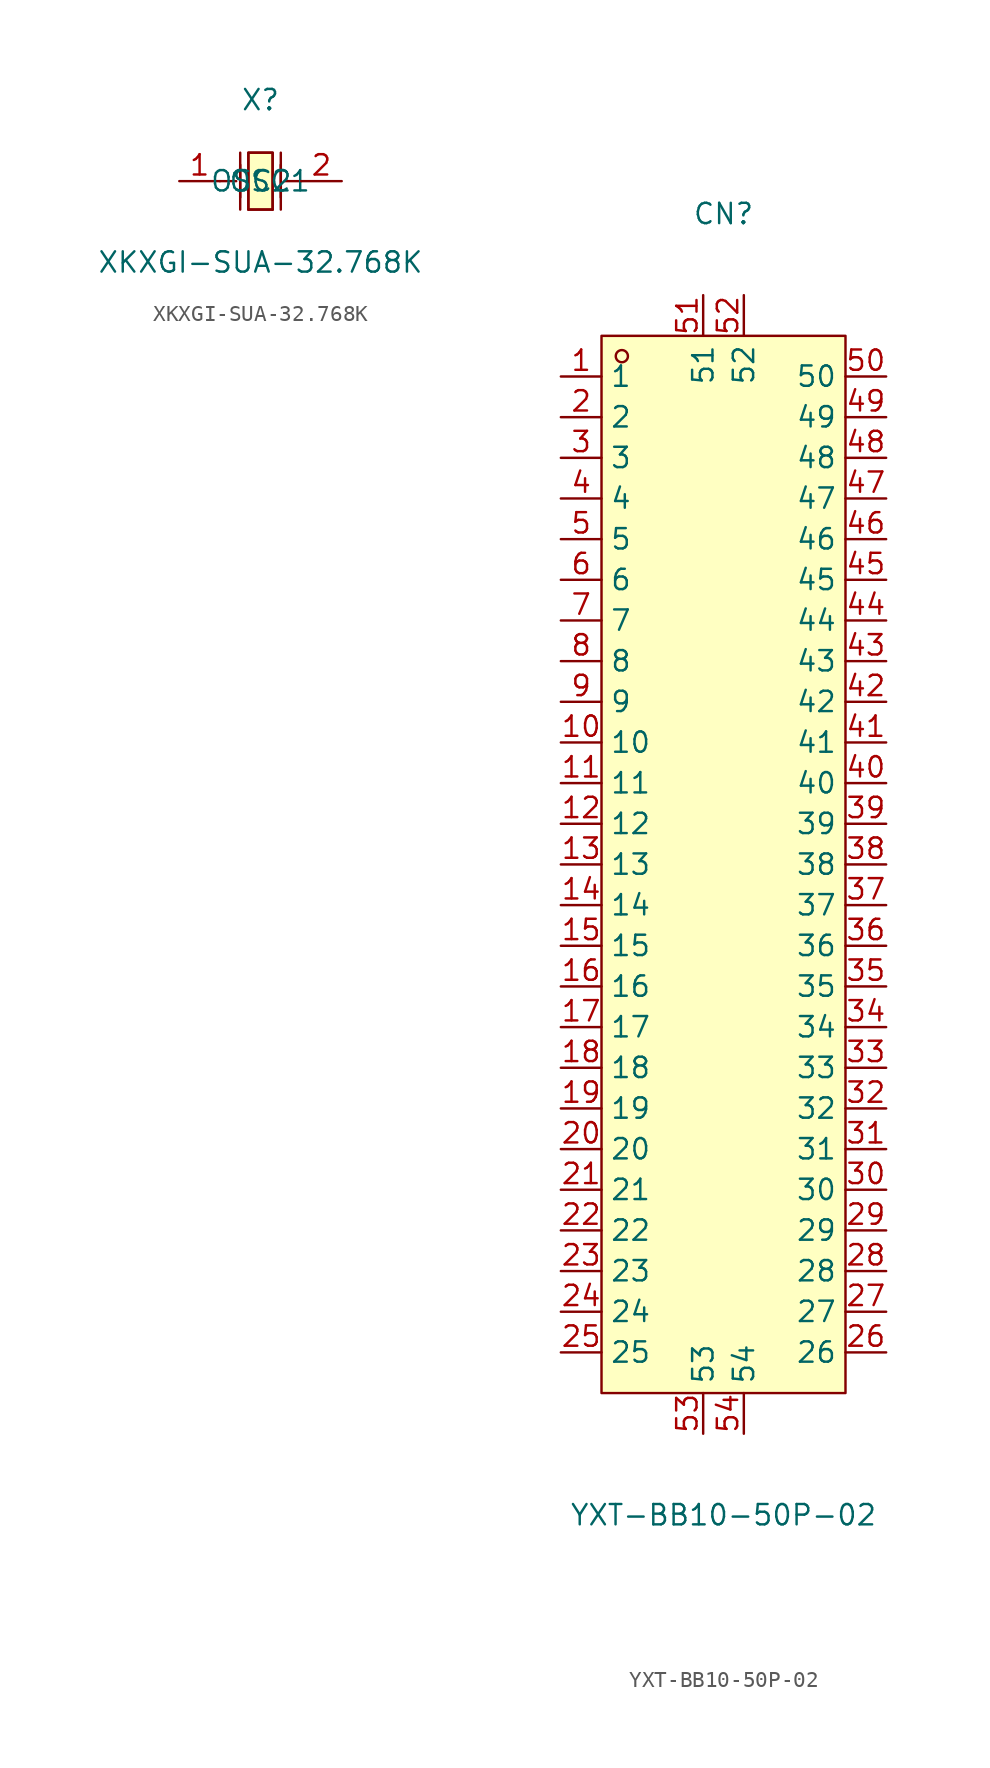
<source format=kicad_sym>
(kicad_symbol_lib
  (version 20220914)
  (generator https://github.com/uPesy/easyeda2kicad.py)
  (symbol "XKXGI-SUA-32.768K"
    (property "Reference" "X"
      (at 0 5.08 0)
      (effects (font (size 1.27 1.27))))
    (property "Value" "XKXGI-SUA-32.768K"
      (at 0 -5.08 0)
      (effects (font (size 1.27 1.27))))
    (symbol "XKXGI-SUA-32.768K_0_1"
      (polyline (pts (xy -2.54 0) (xy -1.52 0)) (stroke (width 0) (type default)) (fill (type none)))
      (polyline (pts (xy -1.27 -1.78) (xy -1.27 1.78)) (stroke (width 0) (type default)) (fill (type none)))
      (polyline (pts (xy -1.27 -1.02) (xy -1.27 1.02)) (stroke (width 0) (type default)) (fill (type none)))
      (polyline (pts (xy 0.76 -1.78) (xy -0.76 -1.78)) (stroke (width 0) (type default)) (fill (type none)))
      (polyline (pts (xy 1.27 -1.78) (xy 1.27 1.78)) (stroke (width 0) (type default)) (fill (type none)))
      (polyline (pts (xy 1.27 -1.02) (xy 1.27 1.02)) (stroke (width 0) (type default)) (fill (type none)))
      (polyline (pts (xy 2.54 0) (xy 1.52 0)) (stroke (width 0) (type default)) (fill (type none)))
      (polyline (pts (xy -0.76 -1.78) (xy -0.76 1.78) (xy 0.76 1.78) (xy 0.76 -1.78)) (stroke (width 0) (type default)) (fill (type none)))
      (polyline (pts (xy 0.76 1.78) (xy 0.76 -1.78) (xy -0.76 -1.78) (xy -0.76 1.78) (xy 0.76 1.78)) (stroke (width 0) (type default)) (fill (type background)))
      (pin input line (at -5.08 0 0) (length 2.54) (name "OSC1" (effects (font (size 1.27 1.27)))) (number "1" (effects (font (size 1.27 1.27)))))
      (pin input line (at 5.08 0 180) (length 2.54) (name "OSC2" (effects (font (size 1.27 1.27)))) (number "2" (effects (font (size 1.27 1.27)))))))
  (symbol "YXT-BB10-50P-02"
    (property "Reference" "CN"
      (at 0 40.64 0)
      (effects (font (size 1.27 1.27))))
    (property "Value" "YXT-BB10-50P-02"
      (at 0 -40.64 0)
      (effects (font (size 1.27 1.27))))
    (symbol "YXT-BB10-50P-02_0_1"
      (rectangle (start -7.62 33.02) (end 7.62 -33.02) (stroke (width 0) (type default)) (fill (type background)))
      (circle (center -6.35 31.75) (radius 0.38) (stroke (width 0) (type default)) (fill (type none)))
      (pin passive line (at -10.16 30.48 0) (length 2.54) (name "1" (effects (font (size 1.27 1.27)))) (number "1" (effects (font (size 1.27 1.27)))))
      (pin passive line (at -10.16 7.62 0) (length 2.54) (name "10" (effects (font (size 1.27 1.27)))) (number "10" (effects (font (size 1.27 1.27)))))
      (pin passive line (at -10.16 5.08 0) (length 2.54) (name "11" (effects (font (size 1.27 1.27)))) (number "11" (effects (font (size 1.27 1.27)))))
      (pin passive line (at -10.16 2.54 0) (length 2.54) (name "12" (effects (font (size 1.27 1.27)))) (number "12" (effects (font (size 1.27 1.27)))))
      (pin passive line (at -10.16 0 0) (length 2.54) (name "13" (effects (font (size 1.27 1.27)))) (number "13" (effects (font (size 1.27 1.27)))))
      (pin passive line (at -10.16 -2.54 0) (length 2.54) (name "14" (effects (font (size 1.27 1.27)))) (number "14" (effects (font (size 1.27 1.27)))))
      (pin passive line (at -10.16 -5.08 0) (length 2.54) (name "15" (effects (font (size 1.27 1.27)))) (number "15" (effects (font (size 1.27 1.27)))))
      (pin passive line (at -10.16 -7.62 0) (length 2.54) (name "16" (effects (font (size 1.27 1.27)))) (number "16" (effects (font (size 1.27 1.27)))))
      (pin passive line (at -10.16 -10.16 0) (length 2.54) (name "17" (effects (font (size 1.27 1.27)))) (number "17" (effects (font (size 1.27 1.27)))))
      (pin passive line (at -10.16 -12.7 0) (length 2.54) (name "18" (effects (font (size 1.27 1.27)))) (number "18" (effects (font (size 1.27 1.27)))))
      (pin passive line (at -10.16 -15.24 0) (length 2.54) (name "19" (effects (font (size 1.27 1.27)))) (number "19" (effects (font (size 1.27 1.27)))))
      (pin passive line (at -10.16 27.94 0) (length 2.54) (name "2" (effects (font (size 1.27 1.27)))) (number "2" (effects (font (size 1.27 1.27)))))
      (pin passive line (at -10.16 -17.78 0) (length 2.54) (name "20" (effects (font (size 1.27 1.27)))) (number "20" (effects (font (size 1.27 1.27)))))
      (pin passive line (at -10.16 -20.32 0) (length 2.54) (name "21" (effects (font (size 1.27 1.27)))) (number "21" (effects (font (size 1.27 1.27)))))
      (pin passive line (at -10.16 -22.86 0) (length 2.54) (name "22" (effects (font (size 1.27 1.27)))) (number "22" (effects (font (size 1.27 1.27)))))
      (pin passive line (at -10.16 -25.4 0) (length 2.54) (name "23" (effects (font (size 1.27 1.27)))) (number "23" (effects (font (size 1.27 1.27)))))
      (pin passive line (at -10.16 -27.94 0) (length 2.54) (name "24" (effects (font (size 1.27 1.27)))) (number "24" (effects (font (size 1.27 1.27)))))
      (pin passive line (at -10.16 -30.48 0) (length 2.54) (name "25" (effects (font (size 1.27 1.27)))) (number "25" (effects (font (size 1.27 1.27)))))
      (pin passive line (at 10.16 -30.48 180) (length 2.54) (name "26" (effects (font (size 1.27 1.27)))) (number "26" (effects (font (size 1.27 1.27)))))
      (pin passive line (at 10.16 -27.94 180) (length 2.54) (name "27" (effects (font (size 1.27 1.27)))) (number "27" (effects (font (size 1.27 1.27)))))
      (pin passive line (at 10.16 -25.4 180) (length 2.54) (name "28" (effects (font (size 1.27 1.27)))) (number "28" (effects (font (size 1.27 1.27)))))
      (pin passive line (at 10.16 -22.86 180) (length 2.54) (name "29" (effects (font (size 1.27 1.27)))) (number "29" (effects (font (size 1.27 1.27)))))
      (pin passive line (at -10.16 25.4 0) (length 2.54) (name "3" (effects (font (size 1.27 1.27)))) (number "3" (effects (font (size 1.27 1.27)))))
      (pin passive line (at 10.16 -20.32 180) (length 2.54) (name "30" (effects (font (size 1.27 1.27)))) (number "30" (effects (font (size 1.27 1.27)))))
      (pin passive line (at 10.16 -17.78 180) (length 2.54) (name "31" (effects (font (size 1.27 1.27)))) (number "31" (effects (font (size 1.27 1.27)))))
      (pin passive line (at 10.16 -15.24 180) (length 2.54) (name "32" (effects (font (size 1.27 1.27)))) (number "32" (effects (font (size 1.27 1.27)))))
      (pin passive line (at 10.16 -12.7 180) (length 2.54) (name "33" (effects (font (size 1.27 1.27)))) (number "33" (effects (font (size 1.27 1.27)))))
      (pin passive line (at 10.16 -10.16 180) (length 2.54) (name "34" (effects (font (size 1.27 1.27)))) (number "34" (effects (font (size 1.27 1.27)))))
      (pin passive line (at 10.16 -7.62 180) (length 2.54) (name "35" (effects (font (size 1.27 1.27)))) (number "35" (effects (font (size 1.27 1.27)))))
      (pin passive line (at 10.16 -5.08 180) (length 2.54) (name "36" (effects (font (size 1.27 1.27)))) (number "36" (effects (font (size 1.27 1.27)))))
      (pin passive line (at 10.16 -2.54 180) (length 2.54) (name "37" (effects (font (size 1.27 1.27)))) (number "37" (effects (font (size 1.27 1.27)))))
      (pin passive line (at 10.16 0 180) (length 2.54) (name "38" (effects (font (size 1.27 1.27)))) (number "38" (effects (font (size 1.27 1.27)))))
      (pin passive line (at 10.16 2.54 180) (length 2.54) (name "39" (effects (font (size 1.27 1.27)))) (number "39" (effects (font (size 1.27 1.27)))))
      (pin passive line (at -10.16 22.86 0) (length 2.54) (name "4" (effects (font (size 1.27 1.27)))) (number "4" (effects (font (size 1.27 1.27)))))
      (pin passive line (at 10.16 5.08 180) (length 2.54) (name "40" (effects (font (size 1.27 1.27)))) (number "40" (effects (font (size 1.27 1.27)))))
      (pin passive line (at 10.16 7.62 180) (length 2.54) (name "41" (effects (font (size 1.27 1.27)))) (number "41" (effects (font (size 1.27 1.27)))))
      (pin passive line (at 10.16 10.16 180) (length 2.54) (name "42" (effects (font (size 1.27 1.27)))) (number "42" (effects (font (size 1.27 1.27)))))
      (pin passive line (at 10.16 12.7 180) (length 2.54) (name "43" (effects (font (size 1.27 1.27)))) (number "43" (effects (font (size 1.27 1.27)))))
      (pin passive line (at 10.16 15.24 180) (length 2.54) (name "44" (effects (font (size 1.27 1.27)))) (number "44" (effects (font (size 1.27 1.27)))))
      (pin passive line (at 10.16 17.78 180) (length 2.54) (name "45" (effects (font (size 1.27 1.27)))) (number "45" (effects (font (size 1.27 1.27)))))
      (pin passive line (at 10.16 20.32 180) (length 2.54) (name "46" (effects (font (size 1.27 1.27)))) (number "46" (effects (font (size 1.27 1.27)))))
      (pin passive line (at 10.16 22.86 180) (length 2.54) (name "47" (effects (font (size 1.27 1.27)))) (number "47" (effects (font (size 1.27 1.27)))))
      (pin passive line (at 10.16 25.4 180) (length 2.54) (name "48" (effects (font (size 1.27 1.27)))) (number "48" (effects (font (size 1.27 1.27)))))
      (pin passive line (at 10.16 27.94 180) (length 2.54) (name "49" (effects (font (size 1.27 1.27)))) (number "49" (effects (font (size 1.27 1.27)))))
      (pin passive line (at -10.16 20.32 0) (length 2.54) (name "5" (effects (font (size 1.27 1.27)))) (number "5" (effects (font (size 1.27 1.27)))))
      (pin passive line (at 10.16 30.48 180) (length 2.54) (name "50" (effects (font (size 1.27 1.27)))) (number "50" (effects (font (size 1.27 1.27)))))
      (pin passive line (at -1.27 35.56 270) (length 2.54) (name "51" (effects (font (size 1.27 1.27)))) (number "51" (effects (font (size 1.27 1.27)))))
      (pin passive line (at 1.27 35.56 270) (length 2.54) (name "52" (effects (font (size 1.27 1.27)))) (number "52" (effects (font (size 1.27 1.27)))))
      (pin passive line (at -1.27 -35.56 90) (length 2.54) (name "53" (effects (font (size 1.27 1.27)))) (number "53" (effects (font (size 1.27 1.27)))))
      (pin passive line (at 1.27 -35.56 90) (length 2.54) (name "54" (effects (font (size 1.27 1.27)))) (number "54" (effects (font (size 1.27 1.27)))))
      (pin passive line (at -10.16 17.78 0) (length 2.54) (name "6" (effects (font (size 1.27 1.27)))) (number "6" (effects (font (size 1.27 1.27)))))
      (pin passive line (at -10.16 15.24 0) (length 2.54) (name "7" (effects (font (size 1.27 1.27)))) (number "7" (effects (font (size 1.27 1.27)))))
      (pin passive line (at -10.16 12.7 0) (length 2.54) (name "8" (effects (font (size 1.27 1.27)))) (number "8" (effects (font (size 1.27 1.27)))))
      (pin passive line (at -10.16 10.16 0) (length 2.54) (name "9" (effects (font (size 1.27 1.27)))) (number "9" (effects (font (size 1.27 1.27))))))))
</source>
